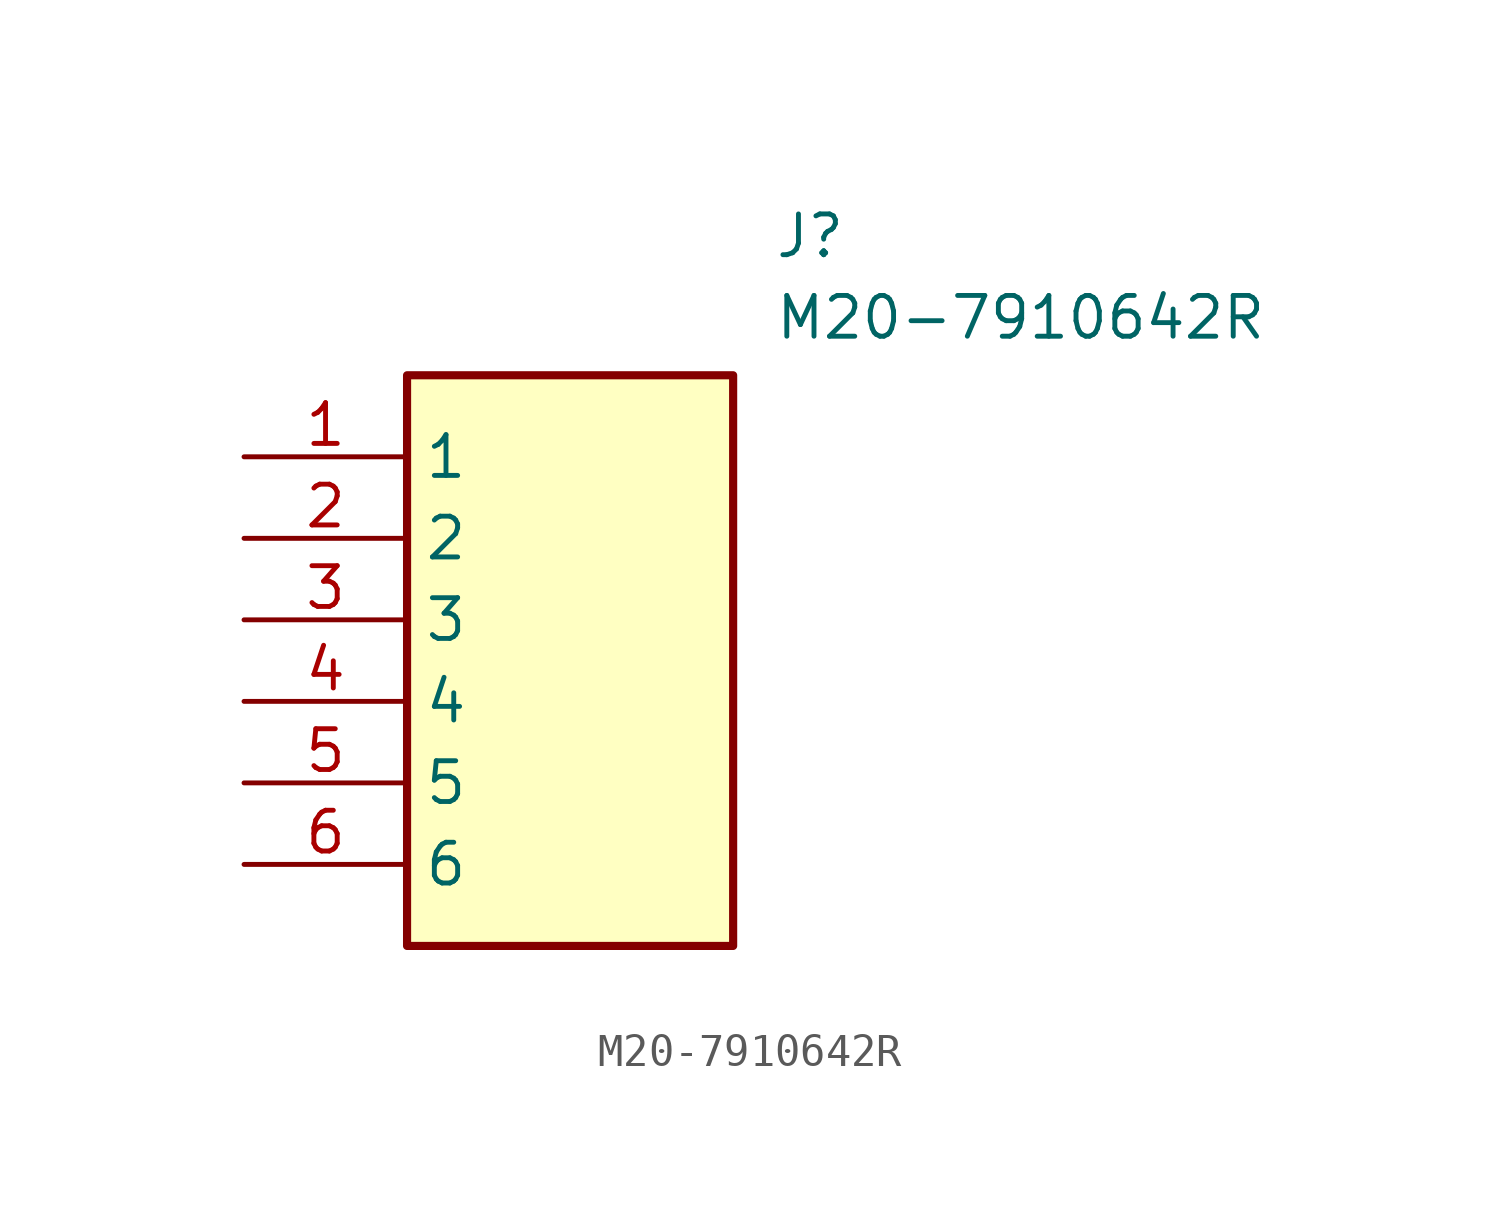
<source format=kicad_sym>
(kicad_symbol_lib
  (version 20211014)
  (generator SamacSys_ECAD_Model)
  (symbol "M20-7910642R"
    (property "Reference" "J"
      (at 16.51 7.62 0)
      (effects (font (size 1.27 1.27)) (justify left top)))
    (property "Value" "M20-7910642R"
      (at 16.51 5.08 0)
      (effects (font (size 1.27 1.27)) (justify left top)))
    (rectangle
      (start 5.08 2.54)
      (end 15.24 -15.24)
      (stroke (width 0.254) (type default))
      (fill (type background)))
    (pin passive line
      (at 0 0 0)
      (length 5.08)
      (name "1" (effects (font (size 1.27 1.27))))
      (number "1" (effects (font (size 1.27 1.27)))))
    (pin passive line
      (at 0 -2.54 0)
      (length 5.08)
      (name "2" (effects (font (size 1.27 1.27))))
      (number "2" (effects (font (size 1.27 1.27)))))
    (pin passive line
      (at 0 -5.08 0)
      (length 5.08)
      (name "3" (effects (font (size 1.27 1.27))))
      (number "3" (effects (font (size 1.27 1.27)))))
    (pin passive line
      (at 0 -7.62 0)
      (length 5.08)
      (name "4" (effects (font (size 1.27 1.27))))
      (number "4" (effects (font (size 1.27 1.27)))))
    (pin passive line
      (at 0 -10.16 0)
      (length 5.08)
      (name "5" (effects (font (size 1.27 1.27))))
      (number "5" (effects (font (size 1.27 1.27)))))
    (pin passive line
      (at 0 -12.7 0)
      (length 5.08)
      (name "6" (effects (font (size 1.27 1.27))))
      (number "6" (effects (font (size 1.27 1.27)))))))
</source>
